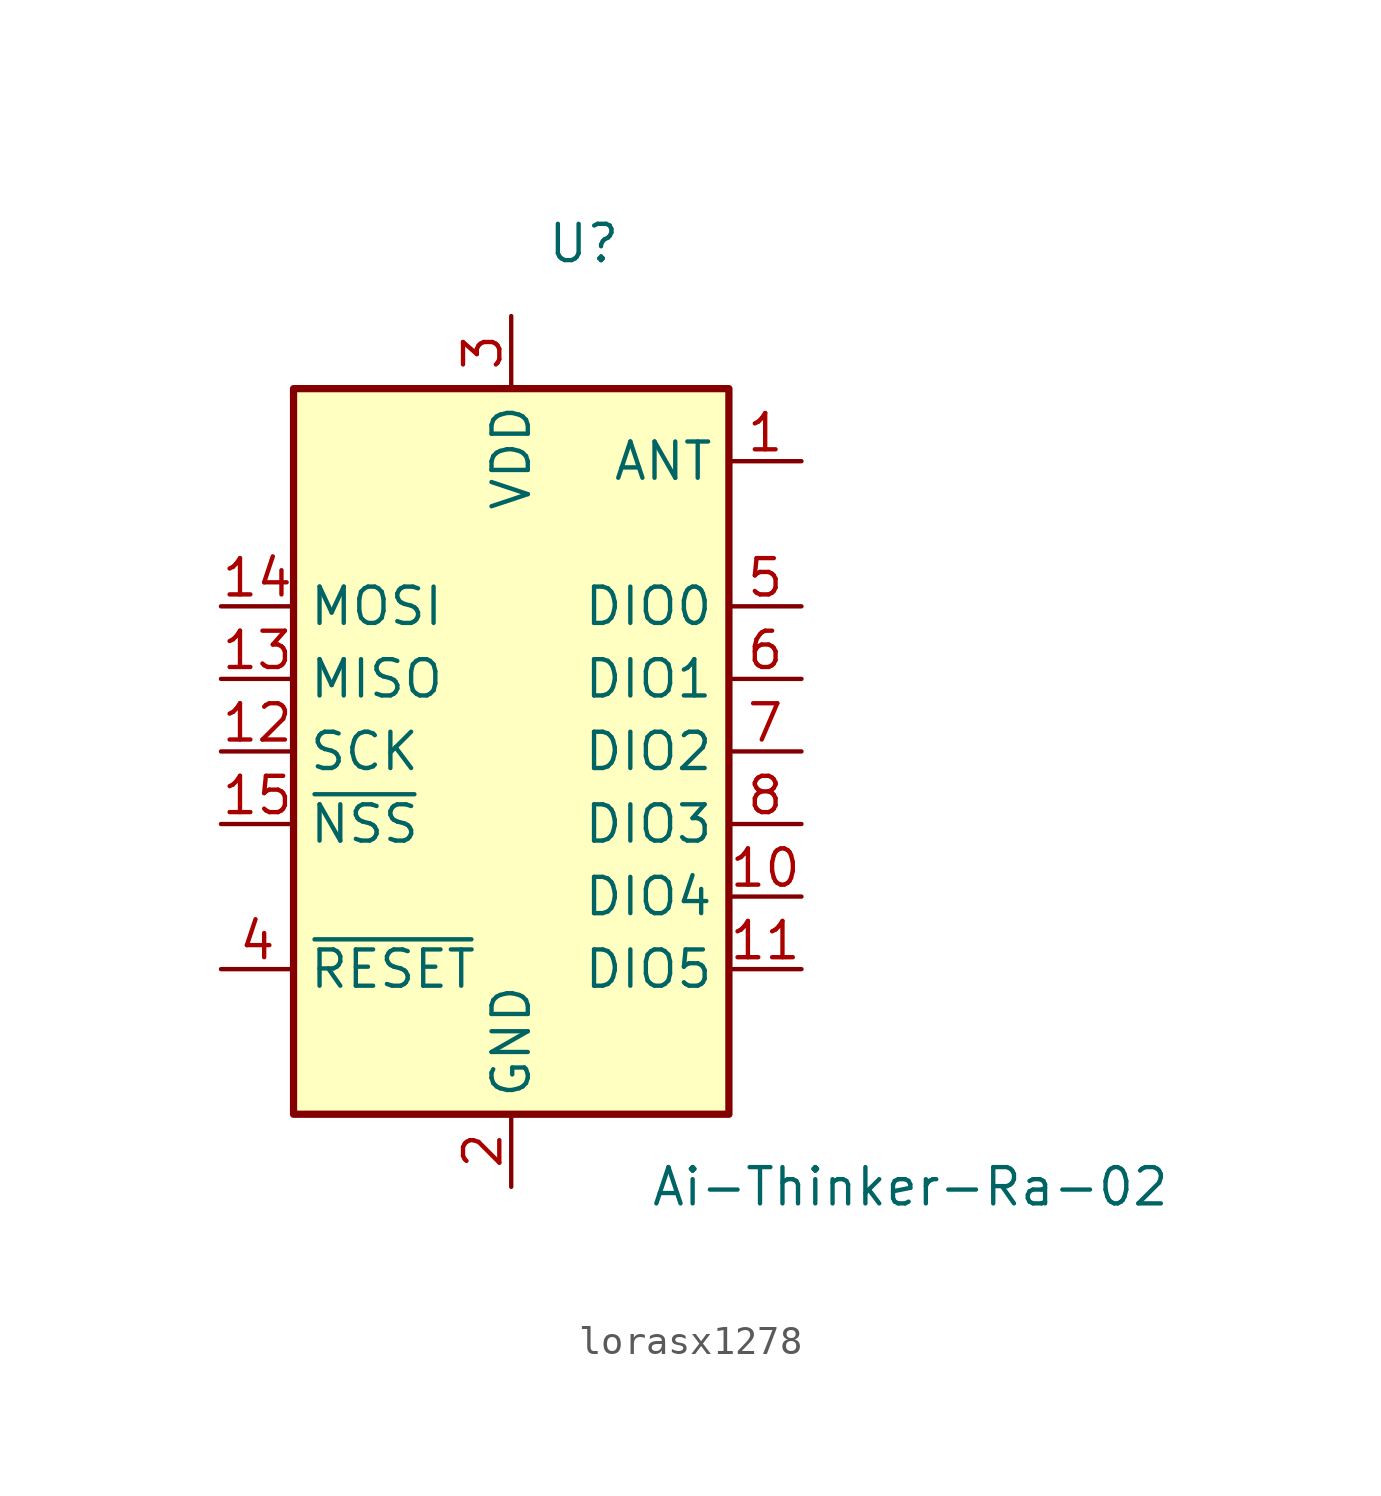
<source format=kicad_sym>
(kicad_symbol_lib
  (version 20241209)
  (generator "kicad_symbol_editor")
  (generator_version "9.0")
  (symbol "lorasx1278"
    (property "Reference" "U"
      (at 2.54 17.78 0)
      (effects (font (size 1.27 1.27))))
    (property "Value" "Ai-Thinker-Ra-02"
      (at 13.97 -15.24 0)
      (effects (font (size 1.27 1.27))))
    (symbol "lorasx1278_0_1"
      (rectangle (start -7.62 12.7) (end 7.62 -12.7) (stroke (width 0.254) (type default)) (fill (type background))))
    (symbol "lorasx1278_1_1"
      (pin input line (at -10.16 5.08 0) (length 2.54) (name "MOSI" (effects (font (size 1.27 1.27)))) (number "14" (effects (font (size 1.27 1.27)))))
      (pin output line (at -10.16 2.54 0) (length 2.54) (name "MISO" (effects (font (size 1.27 1.27)))) (number "13" (effects (font (size 1.27 1.27)))))
      (pin input line (at -10.16 0 0) (length 2.54) (name "SCK" (effects (font (size 1.27 1.27)))) (number "12" (effects (font (size 1.27 1.27)))))
      (pin input line (at -10.16 -2.54 0) (length 2.54) (name "~{NSS}" (effects (font (size 1.27 1.27)))) (number "15" (effects (font (size 1.27 1.27)))))
      (pin input line (at -10.16 -7.62 0) (length 2.54) (name "~{RESET}" (effects (font (size 1.27 1.27)))) (number "4" (effects (font (size 1.27 1.27)))))
      (pin power_in line (at 0 15.24 270) (length 2.54) (name "VDD" (effects (font (size 1.27 1.27)))) (number "3" (effects (font (size 1.27 1.27)))))
      (pin passive line (at 0 -15.24 90) (length 2.54) (hide yes) (name "GND" (effects (font (size 1.27 1.27)))) (number "16" (effects (font (size 1.27 1.27)))))
      (pin power_in line (at 0 -15.24 90) (length 2.54) (name "GND" (effects (font (size 1.27 1.27)))) (number "2" (effects (font (size 1.27 1.27)))))
      (pin passive line (at 0 -15.24 90) (length 2.54) (hide yes) (name "GND" (effects (font (size 1.27 1.27)))) (number "9" (effects (font (size 1.27 1.27)))))
      (pin passive line (at 10.16 10.16 180) (length 2.54) (name "ANT" (effects (font (size 1.27 1.27)))) (number "1" (effects (font (size 1.27 1.27)))))
      (pin bidirectional line (at 10.16 5.08 180) (length 2.54) (name "DIO0" (effects (font (size 1.27 1.27)))) (number "5" (effects (font (size 1.27 1.27)))))
      (pin bidirectional line (at 10.16 2.54 180) (length 2.54) (name "DIO1" (effects (font (size 1.27 1.27)))) (number "6" (effects (font (size 1.27 1.27)))))
      (pin bidirectional line (at 10.16 0 180) (length 2.54) (name "DIO2" (effects (font (size 1.27 1.27)))) (number "7" (effects (font (size 1.27 1.27)))))
      (pin bidirectional line (at 10.16 -2.54 180) (length 2.54) (name "DIO3" (effects (font (size 1.27 1.27)))) (number "8" (effects (font (size 1.27 1.27)))))
      (pin bidirectional line (at 10.16 -5.08 180) (length 2.54) (name "DIO4" (effects (font (size 1.27 1.27)))) (number "10" (effects (font (size 1.27 1.27)))))
      (pin bidirectional line (at 10.16 -7.62 180) (length 2.54) (name "DIO5" (effects (font (size 1.27 1.27)))) (number "11" (effects (font (size 1.27 1.27))))))))
</source>
